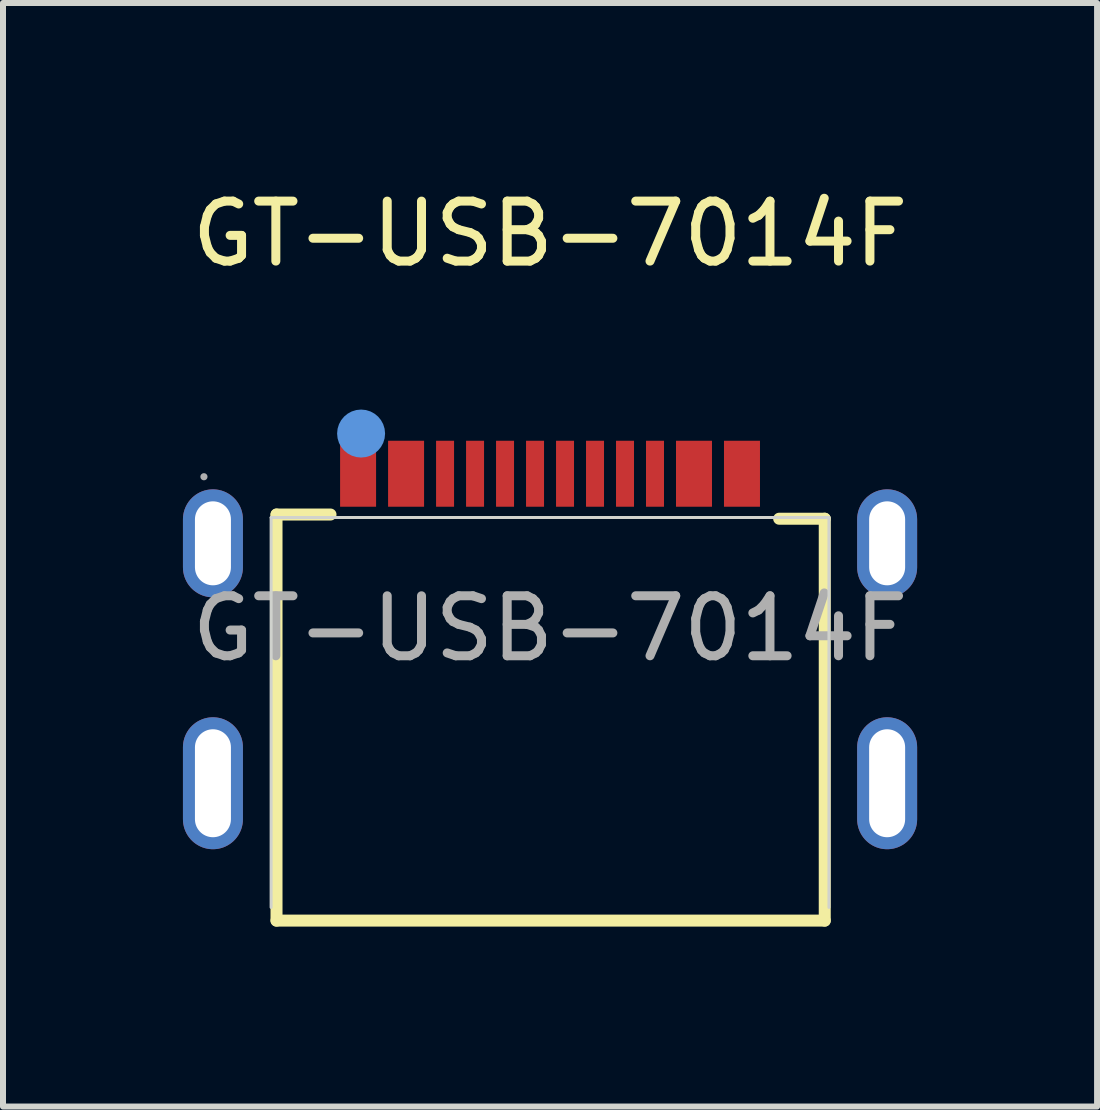
<source format=kicad_pcb>
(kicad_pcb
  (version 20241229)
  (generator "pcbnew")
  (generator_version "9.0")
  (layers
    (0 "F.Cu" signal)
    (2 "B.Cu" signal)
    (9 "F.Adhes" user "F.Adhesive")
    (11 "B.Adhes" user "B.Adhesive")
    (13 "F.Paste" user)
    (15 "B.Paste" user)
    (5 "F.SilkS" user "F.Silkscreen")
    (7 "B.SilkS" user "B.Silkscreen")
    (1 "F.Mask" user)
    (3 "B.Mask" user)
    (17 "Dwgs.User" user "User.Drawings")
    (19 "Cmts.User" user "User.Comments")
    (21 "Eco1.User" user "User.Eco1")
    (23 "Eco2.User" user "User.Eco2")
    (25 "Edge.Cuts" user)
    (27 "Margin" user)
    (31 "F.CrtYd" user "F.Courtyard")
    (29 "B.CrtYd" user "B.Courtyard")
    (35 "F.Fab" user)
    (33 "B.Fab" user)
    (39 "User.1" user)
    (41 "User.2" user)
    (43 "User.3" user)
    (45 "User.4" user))
  (footprint "GT-USB-7014F"
    (layer "F.Cu")
    (at 6.12 7.428)
    (property "Reference" "GT-USB-7014F" (at 0 -6.58 0) (layer "F.SilkS") (effects (font (size 1 1) (thickness 0.15))))
    (attr smd)
    (fp_line (start -4.56 -1.9) (end -3.66 -1.9) (stroke (width 0.2) (type solid)) (layer "F.SilkS"))
    (fp_line (start -4.56 4.87) (end -4.56 -1.9) (stroke (width 0.2) (type solid)) (layer "F.SilkS"))
    (fp_line (start 3.82 -1.83) (end 4.58 -1.83) (stroke (width 0.2) (type solid)) (layer "F.SilkS"))
    (fp_line (start 4.58 -1.83) (end 4.58 4.87) (stroke (width 0.2) (type solid)) (layer "F.SilkS"))
    (fp_line (start 4.58 4.87) (end -4.56 4.87) (stroke (width 0.2) (type solid)) (layer "F.SilkS"))
    (fp_circle (center -3.15 -3.25) (end -2.95 -3.25) (stroke (width 0.4) (type solid)) (fill no) (layer "Cmts.User"))
    (fp_line (start -4.65 -1.85) (end -4.65 4.65) (stroke (width 0.05) (type solid)) (layer "Edge.Cuts"))
    (fp_line (start -4.65 -1.85) (end 4.65 -1.85) (stroke (width 0.05) (type solid)) (layer "Edge.Cuts"))
    (fp_line (start 4.65 -1.85) (end 4.65 4.65) (stroke (width 0.05) (type solid)) (layer "Edge.Cuts"))
    (fp_circle (center -5.77 -2.53) (end -5.74 -2.53) (stroke (width 0.06) (type solid)) (fill no) (layer "F.Fab"))
    (fp_text user "${REFERENCE}" (at 0 0 0) (layer "F.Fab") (effects (font (size 1 1) (thickness 0.15))))
    (pad "0" thru_hole oval (at -5.62 -1.42) (size 1 1.8) (drill oval 0.6 1.4) (layers "*.Cu" "*.Mask"))
    (pad "0" thru_hole oval (at -5.62 2.58) (size 1 2.2) (drill oval 0.6 1.8) (layers "*.Cu" "*.Mask"))
    (pad "0" thru_hole oval (at 5.62 -1.42) (size 1 1.8) (drill oval 0.6 1.4) (layers "*.Cu" "*.Mask"))
    (pad "0" thru_hole oval (at 5.62 2.58) (size 1 2.2) (drill oval 0.6 1.8) (layers "*.Cu" "*.Mask"))
    (pad "A1B12" smd rect (at -3.2 -2.58) (size 0.6 1.1) (layers "F.Cu" "F.Mask" "F.Paste"))
    (pad "A4" smd rect (at -2.4 -2.58) (size 0.6 1.1) (layers "F.Cu" "F.Mask" "F.Paste"))
    (pad "A5" smd rect (at -1.25 -2.58) (size 0.3 1.1) (layers "F.Cu" "F.Mask" "F.Paste"))
    (pad "A6" smd rect (at -0.25 -2.58) (size 0.3 1.1) (layers "F.Cu" "F.Mask" "F.Paste"))
    (pad "A7" smd rect (at 0.25 -2.58) (size 0.3 1.1) (layers "F.Cu" "F.Mask" "F.Paste"))
    (pad "A8" smd rect (at 1.25 -2.58) (size 0.3 1.1) (layers "F.Cu" "F.Mask" "F.Paste"))
    (pad "B1A12" smd rect (at 3.2 -2.58) (size 0.6 1.1) (layers "F.Cu" "F.Mask" "F.Paste"))
    (pad "B4" smd rect (at 2.4 -2.58) (size 0.6 1.1) (layers "F.Cu" "F.Mask" "F.Paste"))
    (pad "B5" smd rect (at 1.75 -2.58) (size 0.3 1.1) (layers "F.Cu" "F.Mask" "F.Paste"))
    (pad "B6" smd rect (at 0.75 -2.58) (size 0.3 1.1) (layers "F.Cu" "F.Mask" "F.Paste"))
    (pad "B7" smd rect (at -0.75 -2.58) (size 0.3 1.1) (layers "F.Cu" "F.Mask" "F.Paste"))
    (pad "B8" smd rect (at -1.75 -2.58) (size 0.3 1.1) (layers "F.Cu" "F.Mask" "F.Paste")))
  (gr_rect
    (start -3 -3)
    (end 15.24 15.398)
    (stroke (width 0.1) (type default))
    (fill no)
    (layer "Edge.Cuts")))
</source>
